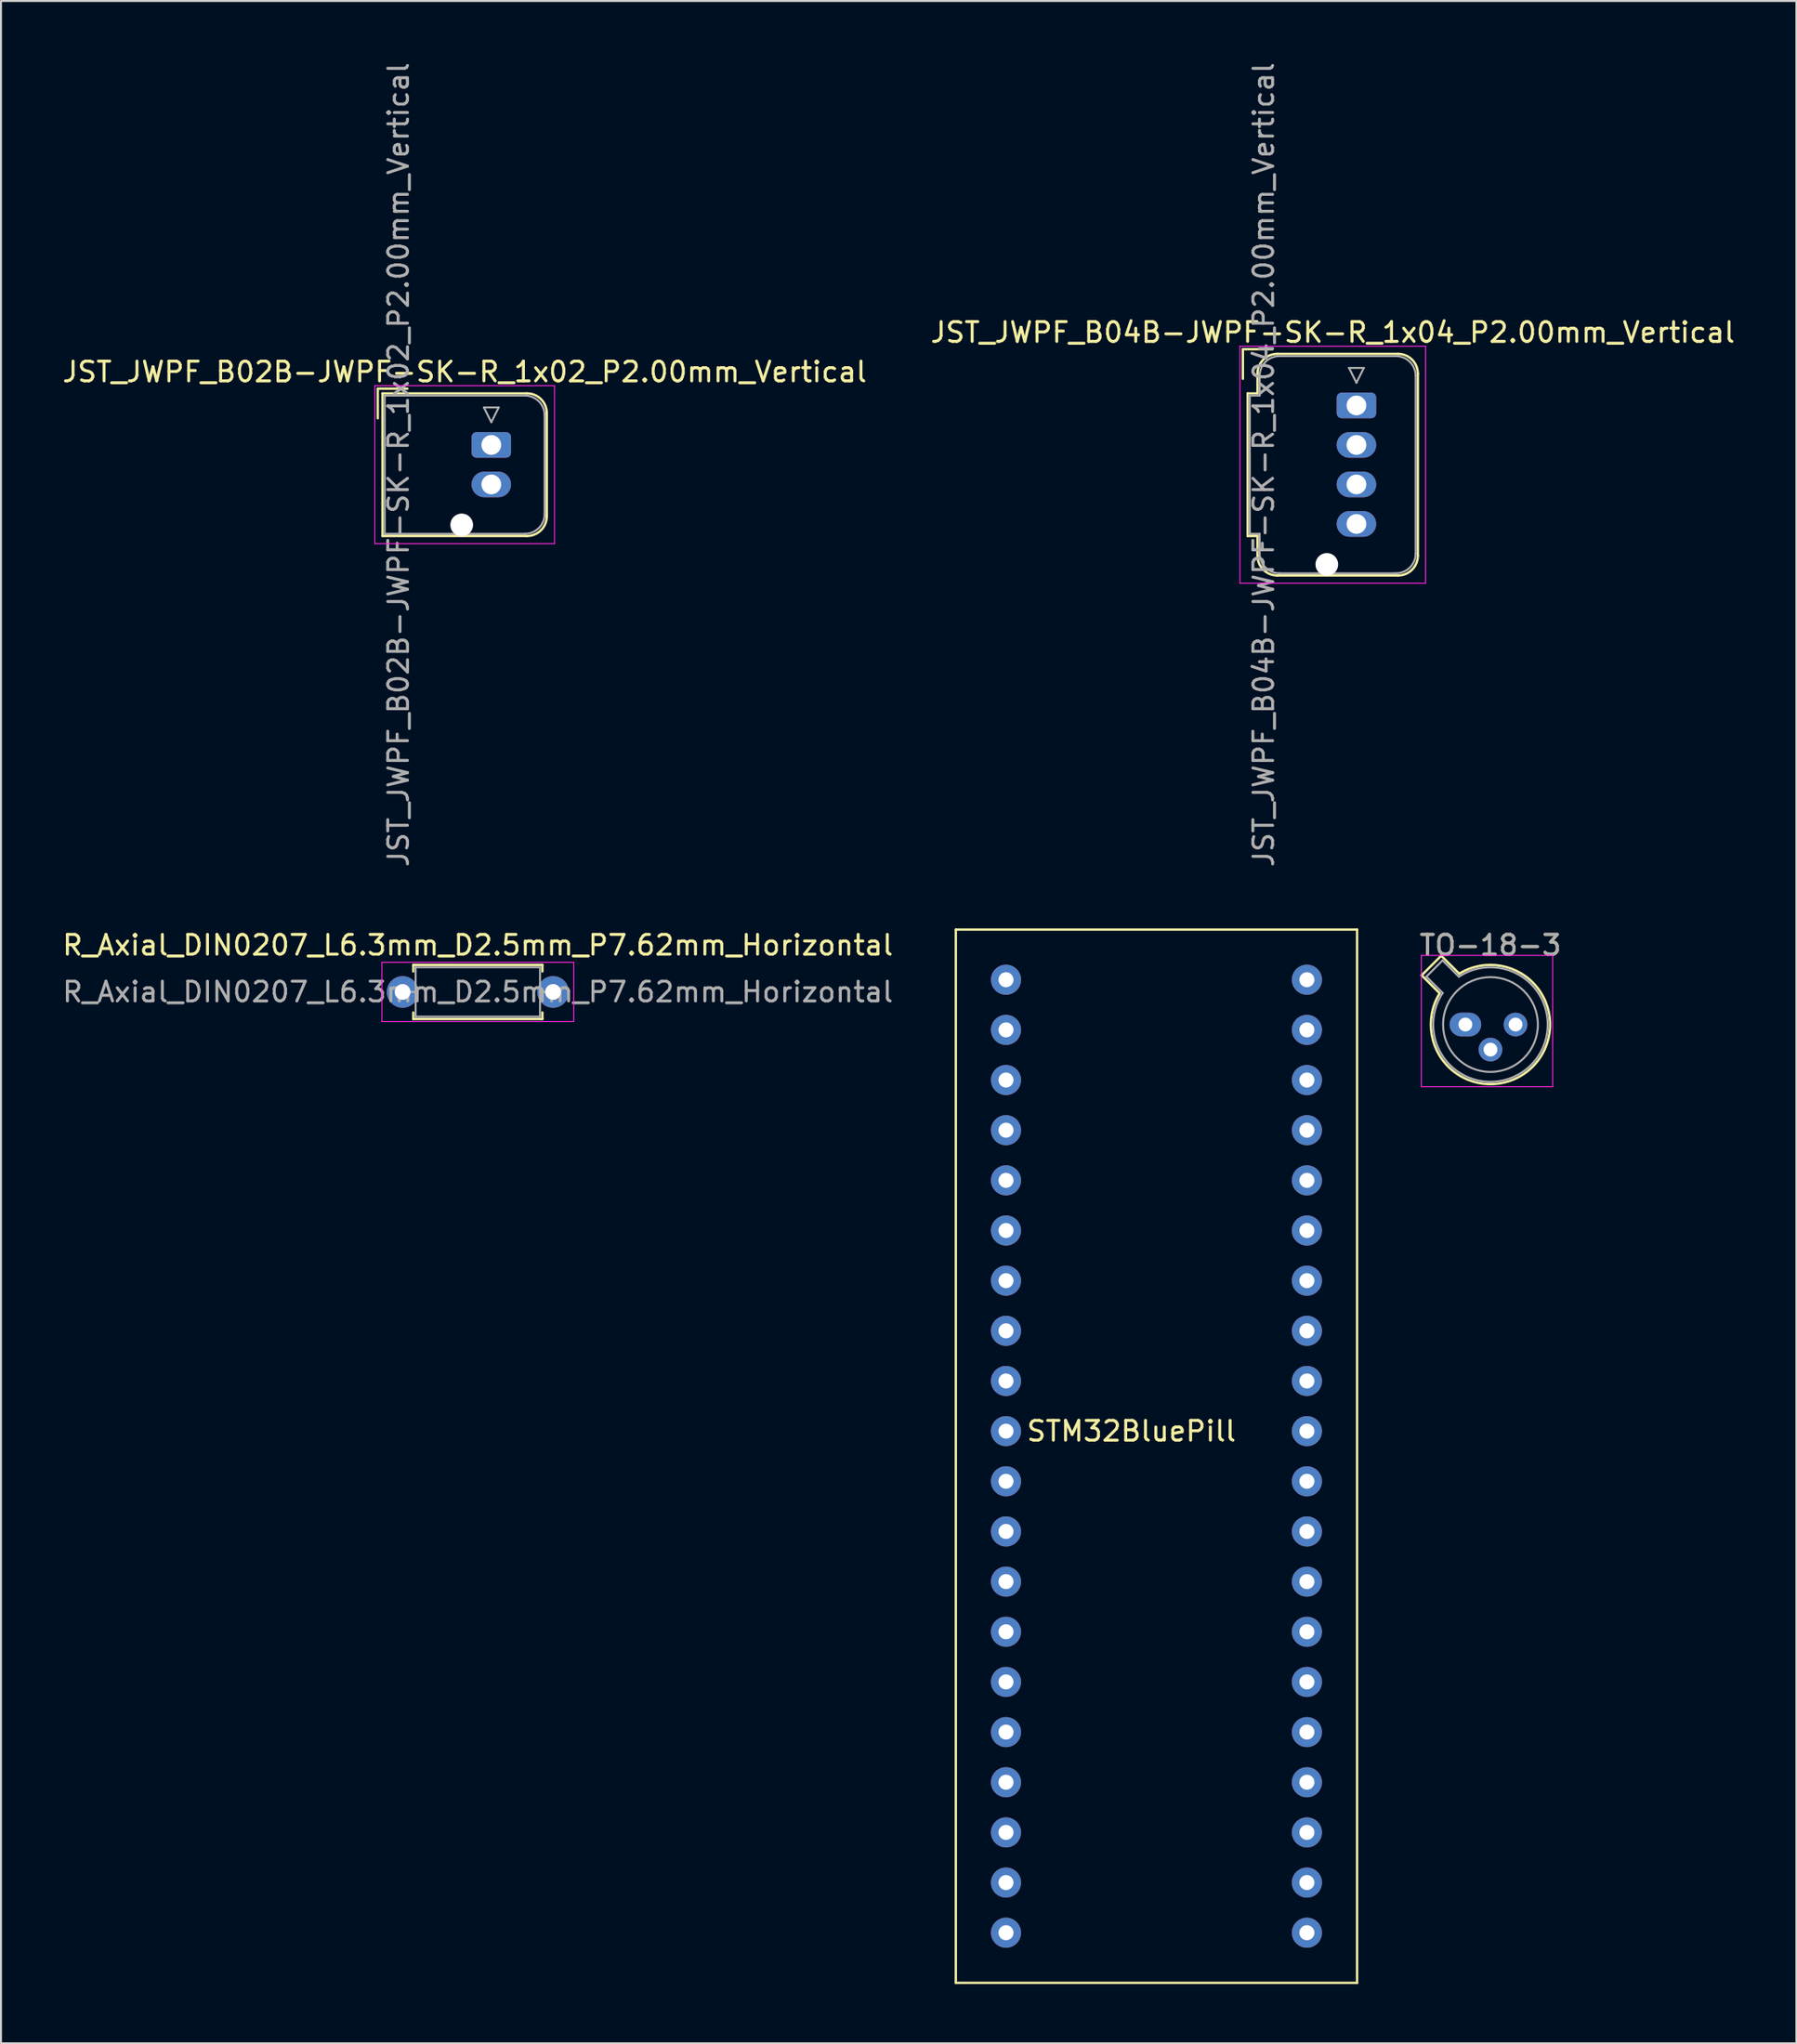
<source format=kicad_pcb>
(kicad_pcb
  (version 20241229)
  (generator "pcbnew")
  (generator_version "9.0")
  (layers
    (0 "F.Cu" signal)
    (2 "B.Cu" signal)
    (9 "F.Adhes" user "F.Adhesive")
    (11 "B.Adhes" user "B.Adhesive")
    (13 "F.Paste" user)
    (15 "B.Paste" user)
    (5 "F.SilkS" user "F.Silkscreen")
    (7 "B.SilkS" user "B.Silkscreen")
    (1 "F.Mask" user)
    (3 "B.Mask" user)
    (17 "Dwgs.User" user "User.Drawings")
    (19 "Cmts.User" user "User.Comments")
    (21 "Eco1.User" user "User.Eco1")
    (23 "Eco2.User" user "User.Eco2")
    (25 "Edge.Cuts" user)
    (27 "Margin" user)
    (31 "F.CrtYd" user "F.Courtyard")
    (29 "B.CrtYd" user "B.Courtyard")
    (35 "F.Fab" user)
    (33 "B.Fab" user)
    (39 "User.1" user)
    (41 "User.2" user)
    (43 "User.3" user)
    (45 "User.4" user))
  (footprint "TO-18-3"
    (layer "F.Cu")
    (at 71.164 48.833)
    (property "Reference" "TO-18-3" (at 1.27 -4.02 0) (layer "F.SilkS") (effects (font (size 1 1) (thickness 0.15))))
    (attr through_hole)
    (fp_line (start -2.214 -2.494) (end -1.302 -1.582) (stroke (width 0.12) (type solid)) (layer "F.SilkS"))
    (fp_line (start -1.224 -3.484) (end -2.214 -2.494) (stroke (width 0.12) (type solid)) (layer "F.SilkS"))
    (fp_line (start -0.312 -2.572) (end -1.224 -3.484) (stroke (width 0.12) (type solid)) (layer "F.SilkS"))
    (fp_arc (start -0.312331 -2.572281) (mid 3.405374 2.135551) (end -1.30215 -1.582544) (stroke (width 0.12) (type solid)) (layer "F.SilkS"))
    (fp_line (start -2.23 -3.5) (end -2.23 3.15) (stroke (width 0.05) (type solid)) (layer "F.CrtYd"))
    (fp_line (start -2.23 3.15) (end 4.42 3.15) (stroke (width 0.05) (type solid)) (layer "F.CrtYd"))
    (fp_line (start 4.42 -3.5) (end -2.23 -3.5) (stroke (width 0.05) (type solid)) (layer "F.CrtYd"))
    (fp_line (start 4.42 3.15) (end 4.42 -3.5) (stroke (width 0.05) (type solid)) (layer "F.CrtYd"))
    (fp_line (start -1.977 -2.426) (end -1.149 -1.599) (stroke (width 0.1) (type solid)) (layer "F.Fab"))
    (fp_line (start -1.156 -3.247) (end -1.977 -2.426) (stroke (width 0.1) (type solid)) (layer "F.Fab"))
    (fp_line (start -0.329 -2.419) (end -1.156 -3.247) (stroke (width 0.1) (type solid)) (layer "F.Fab"))
    (fp_arc (start -0.329057 -2.419301) (mid 3.321076 2.050143) (end -1.150029 -1.597956) (stroke (width 0.1) (type solid)) (layer "F.Fab"))
    (fp_circle (center 1.27 0) (end 3.67 0) (stroke (width 0.1) (type solid)) (fill no) (layer "F.Fab"))
    (fp_text user "${REFERENCE}" (at 1.27 -4.02 0) (layer "F.Fab") (effects (font (size 1 1) (thickness 0.15))))
    (pad "1" thru_hole oval (at 0 0) (size 1.6 1.2) (drill 0.7) (layers "*.Cu" "*.Mask"))
    (pad "2" thru_hole oval (at 1.27 1.27) (size 1.2 1.2) (drill 0.7) (layers "*.Cu" "*.Mask"))
    (pad "3" thru_hole oval (at 2.54 0) (size 1.2 1.2) (drill 0.7) (layers "*.Cu" "*.Mask")))
  (footprint "R_Axial_DIN0207_L6.3mm_D2.5mm_P7.62mm_Horizontal"
    (layer "F.Cu")
    (at 17.339 47.183)
    (property "Reference" "R_Axial_DIN0207_L6.3mm_D2.5mm_P7.62mm_Horizontal" (at 3.81 -2.37 0) (layer "F.SilkS") (effects (font (size 1 1) (thickness 0.15))))
    (attr through_hole)
    (fp_line (start 0.54 -1.37) (end 7.08 -1.37) (stroke (width 0.12) (type solid)) (layer "F.SilkS"))
    (fp_line (start 0.54 -1.04) (end 0.54 -1.37) (stroke (width 0.12) (type solid)) (layer "F.SilkS"))
    (fp_line (start 0.54 1.04) (end 0.54 1.37) (stroke (width 0.12) (type solid)) (layer "F.SilkS"))
    (fp_line (start 0.54 1.37) (end 7.08 1.37) (stroke (width 0.12) (type solid)) (layer "F.SilkS"))
    (fp_line (start 7.08 -1.37) (end 7.08 -1.04) (stroke (width 0.12) (type solid)) (layer "F.SilkS"))
    (fp_line (start 7.08 1.37) (end 7.08 1.04) (stroke (width 0.12) (type solid)) (layer "F.SilkS"))
    (fp_line (start -1.05 -1.5) (end -1.05 1.5) (stroke (width 0.05) (type solid)) (layer "F.CrtYd"))
    (fp_line (start -1.05 1.5) (end 8.67 1.5) (stroke (width 0.05) (type solid)) (layer "F.CrtYd"))
    (fp_line (start 8.67 -1.5) (end -1.05 -1.5) (stroke (width 0.05) (type solid)) (layer "F.CrtYd"))
    (fp_line (start 8.67 1.5) (end 8.67 -1.5) (stroke (width 0.05) (type solid)) (layer "F.CrtYd"))
    (fp_line (start 0 0) (end 0.66 0) (stroke (width 0.1) (type solid)) (layer "F.Fab"))
    (fp_line (start 0.66 -1.25) (end 0.66 1.25) (stroke (width 0.1) (type solid)) (layer "F.Fab"))
    (fp_line (start 0.66 1.25) (end 6.96 1.25) (stroke (width 0.1) (type solid)) (layer "F.Fab"))
    (fp_line (start 6.96 -1.25) (end 0.66 -1.25) (stroke (width 0.1) (type solid)) (layer "F.Fab"))
    (fp_line (start 6.96 1.25) (end 6.96 -1.25) (stroke (width 0.1) (type solid)) (layer "F.Fab"))
    (fp_line (start 7.62 0) (end 6.96 0) (stroke (width 0.1) (type solid)) (layer "F.Fab"))
    (fp_text user "${REFERENCE}" (at 3.81 0 0) (layer "F.Fab") (effects (font (size 1 1) (thickness 0.15))))
    (pad "1" thru_hole circle (at 0 0) (size 1.6 1.6) (drill 0.8) (layers "*.Cu" "*.Mask"))
    (pad "2" thru_hole oval (at 7.62 0) (size 1.6 1.6) (drill 0.8) (layers "*.Cu" "*.Mask")))
  (footprint "STM32BluePill"
    (layer "F.Cu")
    (at 47.898 46.564)
    (property "Reference" "STM32BluePill" (at 6.35 22.86 0) (layer "F.SilkS") (effects (font (size 1 1) (thickness 0.15))))
    (attr through_hole)
    (fp_line (start -2.54 -2.54) (end 17.78 -2.54) (stroke (width 0.12) (type solid)) (layer "F.SilkS"))
    (fp_line (start -2.54 50.8) (end -2.54 -2.54) (stroke (width 0.12) (type solid)) (layer "F.SilkS"))
    (fp_line (start 17.78 -2.54) (end 17.78 50.8) (stroke (width 0.12) (type solid)) (layer "F.SilkS"))
    (fp_line (start 17.78 50.8) (end -2.54 50.8) (stroke (width 0.12) (type solid)) (layer "F.SilkS"))
    (pad "1" thru_hole circle (at 0 0) (size 1.524 1.524) (drill 0.762) (layers "*.Cu" "*.Mask"))
    (pad "2" thru_hole circle (at 0 2.54) (size 1.524 1.524) (drill 0.762) (layers "*.Cu" "*.Mask"))
    (pad "3" thru_hole circle (at 0 5.08) (size 1.524 1.524) (drill 0.762) (layers "*.Cu" "*.Mask"))
    (pad "4" thru_hole circle (at 0 7.62) (size 1.524 1.524) (drill 0.762) (layers "*.Cu" "*.Mask"))
    (pad "5" thru_hole circle (at 0 10.16) (size 1.524 1.524) (drill 0.762) (layers "*.Cu" "*.Mask"))
    (pad "6" thru_hole circle (at 0 12.7) (size 1.524 1.524) (drill 0.762) (layers "*.Cu" "*.Mask"))
    (pad "7" thru_hole circle (at 0 15.24) (size 1.524 1.524) (drill 0.762) (layers "*.Cu" "*.Mask"))
    (pad "8" thru_hole circle (at 0 17.78) (size 1.524 1.524) (drill 0.762) (layers "*.Cu" "*.Mask"))
    (pad "9" thru_hole circle (at 0 20.32) (size 1.524 1.524) (drill 0.762) (layers "*.Cu" "*.Mask"))
    (pad "10" thru_hole circle (at 0 22.86) (size 1.524 1.524) (drill 0.762) (layers "*.Cu" "*.Mask"))
    (pad "11" thru_hole circle (at 0 25.4) (size 1.524 1.524) (drill 0.762) (layers "*.Cu" "*.Mask"))
    (pad "12" thru_hole circle (at 0 27.94) (size 1.524 1.524) (drill 0.762) (layers "*.Cu" "*.Mask"))
    (pad "13" thru_hole circle (at 0 30.48) (size 1.524 1.524) (drill 0.762) (layers "*.Cu" "*.Mask"))
    (pad "14" thru_hole circle (at 0 33.02) (size 1.524 1.524) (drill 0.762) (layers "*.Cu" "*.Mask"))
    (pad "15" thru_hole circle (at 0 35.56) (size 1.524 1.524) (drill 0.762) (layers "*.Cu" "*.Mask"))
    (pad "16" thru_hole circle (at 0 38.1) (size 1.524 1.524) (drill 0.762) (layers "*.Cu" "*.Mask"))
    (pad "17" thru_hole circle (at 0 40.64) (size 1.524 1.524) (drill 0.762) (layers "*.Cu" "*.Mask"))
    (pad "18" thru_hole circle (at 0 43.18) (size 1.524 1.524) (drill 0.762) (layers "*.Cu" "*.Mask"))
    (pad "19" thru_hole circle (at 0 45.72) (size 1.524 1.524) (drill 0.762) (layers "*.Cu" "*.Mask"))
    (pad "20" thru_hole circle (at 0 48.26) (size 1.524 1.524) (drill 0.762) (layers "*.Cu" "*.Mask"))
    (pad "21" thru_hole circle (at 15.24 48.26) (size 1.524 1.524) (drill 0.762) (layers "*.Cu" "*.Mask"))
    (pad "22" thru_hole circle (at 15.24 45.72) (size 1.524 1.524) (drill 0.762) (layers "*.Cu" "*.Mask"))
    (pad "23" thru_hole circle (at 15.24 43.18) (size 1.524 1.524) (drill 0.762) (layers "*.Cu" "*.Mask"))
    (pad "24" thru_hole circle (at 15.24 40.64) (size 1.524 1.524) (drill 0.762) (layers "*.Cu" "*.Mask"))
    (pad "25" thru_hole circle (at 15.24 38.1) (size 1.524 1.524) (drill 0.762) (layers "*.Cu" "*.Mask"))
    (pad "26" thru_hole circle (at 15.24 35.56) (size 1.524 1.524) (drill 0.762) (layers "*.Cu" "*.Mask"))
    (pad "27" thru_hole circle (at 15.24 33.02) (size 1.524 1.524) (drill 0.762) (layers "*.Cu" "*.Mask"))
    (pad "28" thru_hole circle (at 15.24 30.48) (size 1.524 1.524) (drill 0.762) (layers "*.Cu" "*.Mask"))
    (pad "29" thru_hole circle (at 15.24 27.94) (size 1.524 1.524) (drill 0.762) (layers "*.Cu" "*.Mask"))
    (pad "30" thru_hole circle (at 15.24 25.4) (size 1.524 1.524) (drill 0.762) (layers "*.Cu" "*.Mask"))
    (pad "31" thru_hole circle (at 15.24 22.86) (size 1.524 1.524) (drill 0.762) (layers "*.Cu" "*.Mask"))
    (pad "32" thru_hole circle (at 15.24 20.32) (size 1.524 1.524) (drill 0.762) (layers "*.Cu" "*.Mask"))
    (pad "33" thru_hole circle (at 15.24 17.78) (size 1.524 1.524) (drill 0.762) (layers "*.Cu" "*.Mask"))
    (pad "34" thru_hole circle (at 15.24 15.24) (size 1.524 1.524) (drill 0.762) (layers "*.Cu" "*.Mask"))
    (pad "35" thru_hole circle (at 15.24 12.7) (size 1.524 1.524) (drill 0.762) (layers "*.Cu" "*.Mask"))
    (pad "36" thru_hole circle (at 15.24 10.16) (size 1.524 1.524) (drill 0.762) (layers "*.Cu" "*.Mask"))
    (pad "37" thru_hole circle (at 15.24 7.62) (size 1.524 1.524) (drill 0.762) (layers "*.Cu" "*.Mask"))
    (pad "38" thru_hole circle (at 15.24 5.08) (size 1.524 1.524) (drill 0.762) (layers "*.Cu" "*.Mask"))
    (pad "39" thru_hole circle (at 15.24 2.54) (size 1.524 1.524) (drill 0.762) (layers "*.Cu" "*.Mask"))
    (pad "40" thru_hole circle (at 15.24 0) (size 1.524 1.524) (drill 0.762) (layers "*.Cu" "*.Mask")))
  (footprint "JST_JWPF_B02B-JWPF-SK-R_1x02_P2.00mm_Vertical"
    (layer "F.Cu")
    (at 21.832 19.482)
    (property "Reference" "JST_JWPF_B02B-JWPF-SK-R_1x02_P2.00mm_Vertical" (at -1.35 -3.7 0) (layer "F.SilkS") (effects (font (size 1 1) (thickness 0.15))))
    (attr through_hole)
    (fp_line (start -5.75 -2.85) (end -4.25 -2.85) (stroke (width 0.12) (type solid)) (layer "F.SilkS"))
    (fp_line (start -5.75 -1.35) (end -5.75 -2.85) (stroke (width 0.12) (type solid)) (layer "F.SilkS"))
    (fp_line (start -5.51 -2.61) (end -5.51 4.61) (stroke (width 0.12) (type solid)) (layer "F.SilkS"))
    (fp_line (start -5.51 4.61) (end 1.81 4.61) (stroke (width 0.12) (type solid)) (layer "F.SilkS"))
    (fp_line (start 1.81 -2.61) (end -5.51 -2.61) (stroke (width 0.12) (type solid)) (layer "F.SilkS"))
    (fp_line (start 2.81 -1.61) (end 2.81 3.61) (stroke (width 0.12) (type solid)) (layer "F.SilkS"))
    (fp_arc (start 1.81 -2.61) (mid 2.517107 -2.317107) (end 2.81 -1.61) (stroke (width 0.12) (type solid)) (layer "F.SilkS"))
    (fp_arc (start 2.81 3.61) (mid 2.517107 4.317107) (end 1.81 4.61) (stroke (width 0.12) (type solid)) (layer "F.SilkS"))
    (fp_line (start -5.9 -3) (end -5.9 5) (stroke (width 0.05) (type solid)) (layer "F.CrtYd"))
    (fp_line (start -5.9 5) (end 3.2 5) (stroke (width 0.05) (type solid)) (layer "F.CrtYd"))
    (fp_line (start 3.2 -3) (end -5.9 -3) (stroke (width 0.05) (type solid)) (layer "F.CrtYd"))
    (fp_line (start 3.2 5) (end 3.2 -3) (stroke (width 0.05) (type solid)) (layer "F.CrtYd"))
    (fp_line (start -5.4 -2.5) (end -5.4 4.5) (stroke (width 0.1) (type solid)) (layer "F.Fab"))
    (fp_line (start -5.4 4.5) (end 1.7 4.5) (stroke (width 0.1) (type solid)) (layer "F.Fab"))
    (fp_line (start -0.375 -1.9) (end 0.375 -1.9) (stroke (width 0.1) (type solid)) (layer "F.Fab"))
    (fp_line (start 0 -1.15) (end -0.375 -1.9) (stroke (width 0.1) (type solid)) (layer "F.Fab"))
    (fp_line (start 0.375 -1.9) (end 0 -1.15) (stroke (width 0.1) (type solid)) (layer "F.Fab"))
    (fp_line (start 1.7 -2.5) (end -5.4 -2.5) (stroke (width 0.1) (type solid)) (layer "F.Fab"))
    (fp_line (start 2.7 -1.5) (end 2.7 3.5) (stroke (width 0.1) (type solid)) (layer "F.Fab"))
    (fp_arc (start 1.7 -2.5) (mid 2.407107 -2.207107) (end 2.7 -1.5) (stroke (width 0.1) (type solid)) (layer "F.Fab"))
    (fp_arc (start 2.7 3.5) (mid 2.407107 4.207107) (end 1.7 4.5) (stroke (width 0.1) (type solid)) (layer "F.Fab"))
    (fp_text user "${REFERENCE}" (at -4.7 1 90) (layer "F.Fab") (effects (font (size 1 1) (thickness 0.15))))
    (pad "" np_thru_hole circle (at -1.5 4.05) (size 1.15 1.15) (drill 1.15) (layers "*.Cu" "*.Mask"))
    (pad "1" thru_hole roundrect (at 0 0) (size 2 1.3) (drill 1) (layers "*.Cu" "*.Mask") (roundrect_rratio 0.192))
    (pad "2" thru_hole oval (at 0 2) (size 2 1.3) (drill 1) (layers "*.Cu" "*.Mask")))
  (footprint "JST_JWPF_B04B-JWPF-SK-R_1x04_P2.00mm_Vertical"
    (layer "F.Cu")
    (at 65.646 17.482)
    (property "Reference" "JST_JWPF_B04B-JWPF-SK-R_1x04_P2.00mm_Vertical" (at -1.2 -3.7 0) (layer "F.SilkS") (effects (font (size 1 1) (thickness 0.15))))
    (attr through_hole)
    (fp_line (start -5.75 -2.85) (end -4.25 -2.85) (stroke (width 0.12) (type solid)) (layer "F.SilkS"))
    (fp_line (start -5.75 -1.35) (end -5.75 -2.85) (stroke (width 0.12) (type solid)) (layer "F.SilkS"))
    (fp_line (start -5.51 -0.61) (end -5.51 6.61) (stroke (width 0.12) (type solid)) (layer "F.SilkS"))
    (fp_line (start -5.51 6.61) (end -5.01 6.61) (stroke (width 0.12) (type solid)) (layer "F.SilkS"))
    (fp_line (start -5.01 -1.61) (end -5.01 -0.61) (stroke (width 0.12) (type solid)) (layer "F.SilkS"))
    (fp_line (start -5.01 -0.61) (end -5.51 -0.61) (stroke (width 0.12) (type solid)) (layer "F.SilkS"))
    (fp_line (start -5.01 6.61) (end -5.01 7.61) (stroke (width 0.12) (type solid)) (layer "F.SilkS"))
    (fp_line (start -4.01 -2.61) (end 2.11 -2.61) (stroke (width 0.12) (type solid)) (layer "F.SilkS"))
    (fp_line (start -4.01 8.61) (end 2.11 8.61) (stroke (width 0.12) (type solid)) (layer "F.SilkS"))
    (fp_line (start 3.11 -1.61) (end 3.11 7.61) (stroke (width 0.12) (type solid)) (layer "F.SilkS"))
    (fp_arc (start -5.01 -1.61) (mid -4.717107 -2.317107) (end -4.01 -2.61) (stroke (width 0.12) (type solid)) (layer "F.SilkS"))
    (fp_arc (start -4.01 8.61) (mid -4.717107 8.317107) (end -5.01 7.61) (stroke (width 0.12) (type solid)) (layer "F.SilkS"))
    (fp_arc (start 2.11 -2.61) (mid 2.817107 -2.317107) (end 3.11 -1.61) (stroke (width 0.12) (type solid)) (layer "F.SilkS"))
    (fp_arc (start 3.11 7.61) (mid 2.817107 8.317107) (end 2.11 8.61) (stroke (width 0.12) (type solid)) (layer "F.SilkS"))
    (fp_line (start -5.9 -3) (end -5.9 9) (stroke (width 0.05) (type solid)) (layer "F.CrtYd"))
    (fp_line (start -5.9 9) (end 3.5 9) (stroke (width 0.05) (type solid)) (layer "F.CrtYd"))
    (fp_line (start 3.5 -3) (end -5.9 -3) (stroke (width 0.05) (type solid)) (layer "F.CrtYd"))
    (fp_line (start 3.5 9) (end 3.5 -3) (stroke (width 0.05) (type solid)) (layer "F.CrtYd"))
    (fp_line (start -5.4 -0.5) (end -5.4 6.5) (stroke (width 0.1) (type solid)) (layer "F.Fab"))
    (fp_line (start -5.4 6.5) (end -4.9 6.5) (stroke (width 0.1) (type solid)) (layer "F.Fab"))
    (fp_line (start -4.9 -1.5) (end -4.9 -0.5) (stroke (width 0.1) (type solid)) (layer "F.Fab"))
    (fp_line (start -4.9 -0.5) (end -5.4 -0.5) (stroke (width 0.1) (type solid)) (layer "F.Fab"))
    (fp_line (start -4.9 6.5) (end -4.9 7.5) (stroke (width 0.1) (type solid)) (layer "F.Fab"))
    (fp_line (start -3.9 -2.5) (end 2 -2.5) (stroke (width 0.1) (type solid)) (layer "F.Fab"))
    (fp_line (start -3.9 8.5) (end 2 8.5) (stroke (width 0.1) (type solid)) (layer "F.Fab"))
    (fp_line (start -0.375 -1.9) (end 0.375 -1.9) (stroke (width 0.1) (type solid)) (layer "F.Fab"))
    (fp_line (start 0 -1.15) (end -0.375 -1.9) (stroke (width 0.1) (type solid)) (layer "F.Fab"))
    (fp_line (start 0.375 -1.9) (end 0 -1.15) (stroke (width 0.1) (type solid)) (layer "F.Fab"))
    (fp_line (start 3 -1.5) (end 3 7.5) (stroke (width 0.1) (type solid)) (layer "F.Fab"))
    (fp_arc (start -4.9 -1.5) (mid -4.607107 -2.207107) (end -3.9 -2.5) (stroke (width 0.1) (type solid)) (layer "F.Fab"))
    (fp_arc (start -3.9 8.5) (mid -4.607107 8.207107) (end -4.9 7.5) (stroke (width 0.1) (type solid)) (layer "F.Fab"))
    (fp_arc (start 2 -2.5) (mid 2.707107 -2.207107) (end 3 -1.5) (stroke (width 0.1) (type solid)) (layer "F.Fab"))
    (fp_arc (start 3 7.5) (mid 2.707107 8.207107) (end 2 8.5) (stroke (width 0.1) (type solid)) (layer "F.Fab"))
    (fp_text user "${REFERENCE}" (at -4.7 3 90) (layer "F.Fab") (effects (font (size 1 1) (thickness 0.15))))
    (pad "" np_thru_hole circle (at -1.5 8.05) (size 1.15 1.15) (drill 1.15) (layers "*.Cu" "*.Mask"))
    (pad "1" thru_hole roundrect (at 0 0) (size 2 1.3) (drill 1) (layers "*.Cu" "*.Mask") (roundrect_rratio 0.192))
    (pad "2" thru_hole oval (at 0 2) (size 2 1.3) (drill 1) (layers "*.Cu" "*.Mask"))
    (pad "3" thru_hole oval (at 0 4) (size 2 1.3) (drill 1) (layers "*.Cu" "*.Mask"))
    (pad "4" thru_hole oval (at 0 6) (size 2 1.3) (drill 1) (layers "*.Cu" "*.Mask")))
  (gr_rect
    (start -3 -3)
    (end 87.929 100.424)
    (stroke (width 0.1) (type default))
    (fill no)
    (layer "Edge.Cuts")))
</source>
